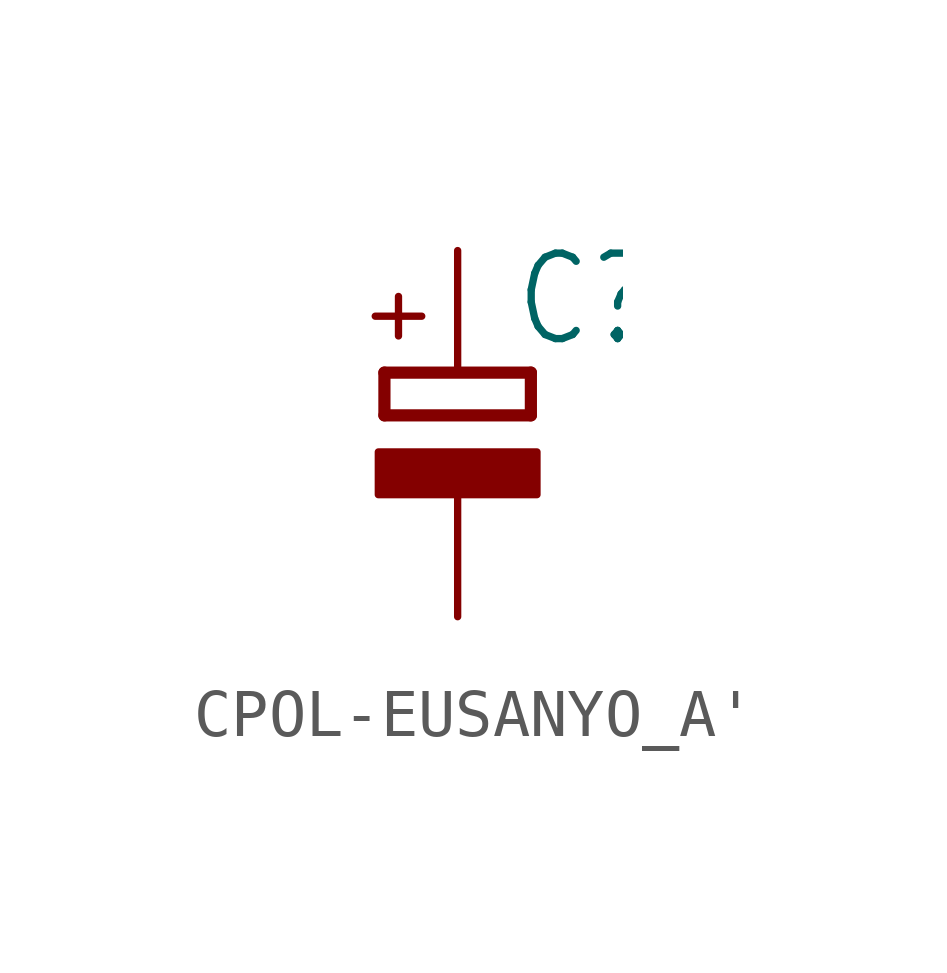
<source format=kicad_sym>
(kicad_symbol_lib
  (version 20241209)
  (generator "kicad_symbol_editor")
  (generator_version "9.0")
  (symbol "CPOL-EUSANYO_A'"
    (property "Reference" "C"
      (at 1.143 0.483 0)
      (effects (font (size 1.778 1.511)) (justify left bottom)))
    (property "Value" ""
      (at 1.143 -4.597 0)
      (effects (font (size 1.778 1.511)) (justify left bottom)))
    (property "ki_locked" ""
      (at 0 0 0)
      (effects (font (size 1.27 1.27))))
    (symbol "CPOL-EUSANYO_A'_1_0"
      (rectangle (start -1.651 -2.54) (end 1.651 -1.651) (stroke (width 0) (type default)) (fill (type outline)))
      (polyline (pts (xy -1.524 0) (xy -1.524 -0.889)) (stroke (width 0.254) (type solid)) (fill (type none)))
      (polyline (pts (xy -1.524 0) (xy 1.524 0)) (stroke (width 0.254) (type solid)) (fill (type none)))
      (polyline (pts (xy -1.524 -0.889) (xy 1.524 -0.889)) (stroke (width 0.254) (type solid)) (fill (type none)))
      (polyline (pts (xy 1.524 -0.889) (xy 1.524 0)) (stroke (width 0.254) (type solid)) (fill (type none)))
      (text "+" (at -0.584 0.406 900) (effects (font (size 1.27 1.079)) (justify left bottom)))
      (pin passive line (at 0 2.54 270) (length 2.54) (name "+" (effects (font (size 0 0)))) (number "+" (effects (font (size 0 0)))))
      (pin passive line (at 0 -5.08 90) (length 2.54) (name "-" (effects (font (size 0 0)))) (number "-" (effects (font (size 0 0))))))))
</source>
